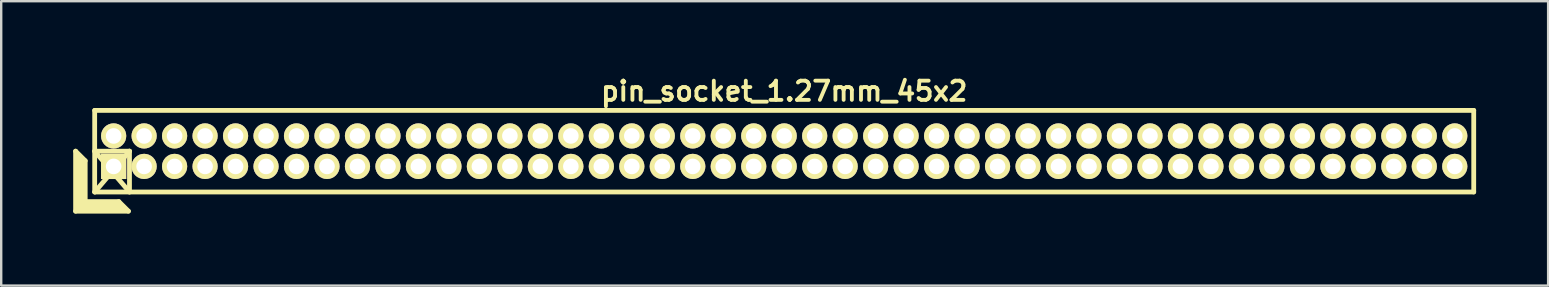
<source format=kicad_pcb>
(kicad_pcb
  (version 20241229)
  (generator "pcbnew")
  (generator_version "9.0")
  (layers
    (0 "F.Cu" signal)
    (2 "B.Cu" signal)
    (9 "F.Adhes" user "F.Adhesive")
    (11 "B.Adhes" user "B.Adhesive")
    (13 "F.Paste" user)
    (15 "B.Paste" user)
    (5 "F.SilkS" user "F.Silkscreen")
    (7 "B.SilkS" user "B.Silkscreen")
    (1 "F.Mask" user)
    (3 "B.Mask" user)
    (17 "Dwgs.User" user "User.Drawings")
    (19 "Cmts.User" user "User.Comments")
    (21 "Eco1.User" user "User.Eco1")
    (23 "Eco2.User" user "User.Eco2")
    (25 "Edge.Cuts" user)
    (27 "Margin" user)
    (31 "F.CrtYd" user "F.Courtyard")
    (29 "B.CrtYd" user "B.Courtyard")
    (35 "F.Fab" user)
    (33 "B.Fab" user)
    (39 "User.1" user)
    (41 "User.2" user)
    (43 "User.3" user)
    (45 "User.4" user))
  (footprint "pin_socket_1.27mm_45x2"
    (layer "F.Cu")
    (at 29.625 3.249)
    (property "Reference" "pin_socket_1.27mm_45x2" (at 0 -2.5 0) (layer "F.SilkS") (effects (font (size 0.8 0.8) (thickness 0.16))))
    (attr through_hole)
    (fp_line (start -29.525 0) (end -29.525 2.5) (stroke (width 0.2) (type solid)) (layer "F.SilkS"))
    (fp_line (start -29.525 0) (end -29.125 0.4) (stroke (width 0.2) (type solid)) (layer "F.SilkS"))
    (fp_line (start -29.525 2.5) (end -27.325 2.5) (stroke (width 0.2) (type solid)) (layer "F.SilkS"))
    (fp_line (start -29.425 2.4) (end -29.425 0.2) (stroke (width 0.2) (type solid)) (layer "F.SilkS"))
    (fp_line (start -29.425 2.4) (end -27.525 2.4) (stroke (width 0.2) (type solid)) (layer "F.SilkS"))
    (fp_line (start -29.325 2.3) (end -29.325 0.3) (stroke (width 0.2) (type solid)) (layer "F.SilkS"))
    (fp_line (start -29.325 2.3) (end -27.625 2.3) (stroke (width 0.2) (type solid)) (layer "F.SilkS"))
    (fp_line (start -29.225 2.2) (end -29.225 0.4) (stroke (width 0.2) (type solid)) (layer "F.SilkS"))
    (fp_line (start -29.225 2.2) (end -27.725 2.2) (stroke (width 0.2) (type solid)) (layer "F.SilkS"))
    (fp_line (start -29.125 2.1) (end -29.125 0.4) (stroke (width 0.2) (type solid)) (layer "F.SilkS"))
    (fp_line (start -29.125 2.1) (end -27.725 2.1) (stroke (width 0.2) (type solid)) (layer "F.SilkS"))
    (fp_line (start -28.73 -1.7) (end 28.73 -1.7) (stroke (width 0.2) (type solid)) (layer "F.SilkS"))
    (fp_line (start -28.73 0) (end -27.28 0) (stroke (width 0.2) (type solid)) (layer "F.SilkS"))
    (fp_line (start -28.73 0) (end -27.28 1.7) (stroke (width 0.2) (type solid)) (layer "F.SilkS"))
    (fp_line (start -28.73 1.7) (end -28.73 -1.7) (stroke (width 0.2) (type solid)) (layer "F.SilkS"))
    (fp_line (start -27.725 2.1) (end -27.325 2.5) (stroke (width 0.2) (type solid)) (layer "F.SilkS"))
    (fp_line (start -27.28 0) (end -28.725 1.7) (stroke (width 0.2) (type solid)) (layer "F.SilkS"))
    (fp_line (start -27.28 0) (end -27.28 1.7) (stroke (width 0.2) (type solid)) (layer "F.SilkS"))
    (fp_line (start 28.73 -1.7) (end 28.73 1.7) (stroke (width 0.2) (type solid)) (layer "F.SilkS"))
    (fp_line (start 28.73 1.7) (end -28.73 1.7) (stroke (width 0.2) (type solid)) (layer "F.SilkS"))
    (pad "1" thru_hole rect (at -27.94 0.635) (size 1.05 1.05) (drill 0.65) (layers "*.Cu" "*.Mask" "F.SilkS"))
    (pad "2" thru_hole oval (at -27.94 -0.635) (size 1.05 1.05) (drill 0.65) (layers "*.Cu" "*.Mask" "F.SilkS"))
    (pad "3" thru_hole oval (at -26.67 0.635) (size 1.05 1.05) (drill 0.65) (layers "*.Cu" "*.Mask" "F.SilkS"))
    (pad "4" thru_hole oval (at -26.67 -0.635) (size 1.05 1.05) (drill 0.65) (layers "*.Cu" "*.Mask" "F.SilkS"))
    (pad "5" thru_hole oval (at -25.4 0.635) (size 1.05 1.05) (drill 0.65) (layers "*.Cu" "*.Mask" "F.SilkS"))
    (pad "6" thru_hole oval (at -25.4 -0.635) (size 1.05 1.05) (drill 0.65) (layers "*.Cu" "*.Mask" "F.SilkS"))
    (pad "7" thru_hole oval (at -24.13 0.635) (size 1.05 1.05) (drill 0.65) (layers "*.Cu" "*.Mask" "F.SilkS"))
    (pad "8" thru_hole oval (at -24.13 -0.635) (size 1.05 1.05) (drill 0.65) (layers "*.Cu" "*.Mask" "F.SilkS"))
    (pad "9" thru_hole oval (at -22.86 0.635) (size 1.05 1.05) (drill 0.65) (layers "*.Cu" "*.Mask" "F.SilkS"))
    (pad "10" thru_hole oval (at -22.86 -0.635) (size 1.05 1.05) (drill 0.65) (layers "*.Cu" "*.Mask" "F.SilkS"))
    (pad "11" thru_hole oval (at -21.59 0.635) (size 1.05 1.05) (drill 0.65) (layers "*.Cu" "*.Mask" "F.SilkS"))
    (pad "12" thru_hole oval (at -21.59 -0.635) (size 1.05 1.05) (drill 0.65) (layers "*.Cu" "*.Mask" "F.SilkS"))
    (pad "13" thru_hole oval (at -20.32 0.635) (size 1.05 1.05) (drill 0.65) (layers "*.Cu" "*.Mask" "F.SilkS"))
    (pad "14" thru_hole oval (at -20.32 -0.635) (size 1.05 1.05) (drill 0.65) (layers "*.Cu" "*.Mask" "F.SilkS"))
    (pad "15" thru_hole oval (at -19.05 0.635) (size 1.05 1.05) (drill 0.65) (layers "*.Cu" "*.Mask" "F.SilkS"))
    (pad "16" thru_hole oval (at -19.05 -0.635) (size 1.05 1.05) (drill 0.65) (layers "*.Cu" "*.Mask" "F.SilkS"))
    (pad "17" thru_hole oval (at -17.78 0.635) (size 1.05 1.05) (drill 0.65) (layers "*.Cu" "*.Mask" "F.SilkS"))
    (pad "18" thru_hole oval (at -17.78 -0.635) (size 1.05 1.05) (drill 0.65) (layers "*.Cu" "*.Mask" "F.SilkS"))
    (pad "19" thru_hole oval (at -16.51 0.635) (size 1.05 1.05) (drill 0.65) (layers "*.Cu" "*.Mask" "F.SilkS"))
    (pad "20" thru_hole oval (at -16.51 -0.635) (size 1.05 1.05) (drill 0.65) (layers "*.Cu" "*.Mask" "F.SilkS"))
    (pad "21" thru_hole oval (at -15.24 0.635) (size 1.05 1.05) (drill 0.65) (layers "*.Cu" "*.Mask" "F.SilkS"))
    (pad "22" thru_hole oval (at -15.24 -0.635) (size 1.05 1.05) (drill 0.65) (layers "*.Cu" "*.Mask" "F.SilkS"))
    (pad "23" thru_hole oval (at -13.97 0.635) (size 1.05 1.05) (drill 0.65) (layers "*.Cu" "*.Mask" "F.SilkS"))
    (pad "24" thru_hole oval (at -13.97 -0.635) (size 1.05 1.05) (drill 0.65) (layers "*.Cu" "*.Mask" "F.SilkS"))
    (pad "25" thru_hole oval (at -12.7 0.635) (size 1.05 1.05) (drill 0.65) (layers "*.Cu" "*.Mask" "F.SilkS"))
    (pad "26" thru_hole oval (at -12.7 -0.635) (size 1.05 1.05) (drill 0.65) (layers "*.Cu" "*.Mask" "F.SilkS"))
    (pad "27" thru_hole oval (at -11.43 0.635) (size 1.05 1.05) (drill 0.65) (layers "*.Cu" "*.Mask" "F.SilkS"))
    (pad "28" thru_hole oval (at -11.43 -0.635) (size 1.05 1.05) (drill 0.65) (layers "*.Cu" "*.Mask" "F.SilkS"))
    (pad "29" thru_hole oval (at -10.16 0.635) (size 1.05 1.05) (drill 0.65) (layers "*.Cu" "*.Mask" "F.SilkS"))
    (pad "30" thru_hole oval (at -10.16 -0.635) (size 1.05 1.05) (drill 0.65) (layers "*.Cu" "*.Mask" "F.SilkS"))
    (pad "31" thru_hole oval (at -8.89 0.635) (size 1.05 1.05) (drill 0.65) (layers "*.Cu" "*.Mask" "F.SilkS"))
    (pad "32" thru_hole oval (at -8.89 -0.635) (size 1.05 1.05) (drill 0.65) (layers "*.Cu" "*.Mask" "F.SilkS"))
    (pad "33" thru_hole oval (at -7.62 0.635) (size 1.05 1.05) (drill 0.65) (layers "*.Cu" "*.Mask" "F.SilkS"))
    (pad "34" thru_hole oval (at -7.62 -0.635) (size 1.05 1.05) (drill 0.65) (layers "*.Cu" "*.Mask" "F.SilkS"))
    (pad "35" thru_hole oval (at -6.35 0.635) (size 1.05 1.05) (drill 0.65) (layers "*.Cu" "*.Mask" "F.SilkS"))
    (pad "36" thru_hole oval (at -6.35 -0.635) (size 1.05 1.05) (drill 0.65) (layers "*.Cu" "*.Mask" "F.SilkS"))
    (pad "37" thru_hole oval (at -5.08 0.635) (size 1.05 1.05) (drill 0.65) (layers "*.Cu" "*.Mask" "F.SilkS"))
    (pad "38" thru_hole oval (at -5.08 -0.635) (size 1.05 1.05) (drill 0.65) (layers "*.Cu" "*.Mask" "F.SilkS"))
    (pad "39" thru_hole oval (at -3.81 0.635) (size 1.05 1.05) (drill 0.65) (layers "*.Cu" "*.Mask" "F.SilkS"))
    (pad "40" thru_hole oval (at -3.81 -0.635) (size 1.05 1.05) (drill 0.65) (layers "*.Cu" "*.Mask" "F.SilkS"))
    (pad "41" thru_hole oval (at -2.54 0.635) (size 1.05 1.05) (drill 0.65) (layers "*.Cu" "*.Mask" "F.SilkS"))
    (pad "42" thru_hole oval (at -2.54 -0.635) (size 1.05 1.05) (drill 0.65) (layers "*.Cu" "*.Mask" "F.SilkS"))
    (pad "43" thru_hole oval (at -1.27 0.635) (size 1.05 1.05) (drill 0.65) (layers "*.Cu" "*.Mask" "F.SilkS"))
    (pad "44" thru_hole oval (at -1.27 -0.635) (size 1.05 1.05) (drill 0.65) (layers "*.Cu" "*.Mask" "F.SilkS"))
    (pad "45" thru_hole oval (at 0 0.635) (size 1.05 1.05) (drill 0.65) (layers "*.Cu" "*.Mask" "F.SilkS"))
    (pad "46" thru_hole oval (at 0 -0.635) (size 1.05 1.05) (drill 0.65) (layers "*.Cu" "*.Mask" "F.SilkS"))
    (pad "47" thru_hole oval (at 1.27 0.635) (size 1.05 1.05) (drill 0.65) (layers "*.Cu" "*.Mask" "F.SilkS"))
    (pad "48" thru_hole oval (at 1.27 -0.635) (size 1.05 1.05) (drill 0.65) (layers "*.Cu" "*.Mask" "F.SilkS"))
    (pad "49" thru_hole oval (at 2.54 0.635) (size 1.05 1.05) (drill 0.65) (layers "*.Cu" "*.Mask" "F.SilkS"))
    (pad "50" thru_hole oval (at 2.54 -0.635) (size 1.05 1.05) (drill 0.65) (layers "*.Cu" "*.Mask" "F.SilkS"))
    (pad "51" thru_hole circle (at 3.81 0.635) (size 1.05 1.05) (drill 0.65) (layers "*.Cu" "*.Mask" "F.SilkS"))
    (pad "52" thru_hole oval (at 3.81 -0.635) (size 1.05 1.05) (drill 0.65) (layers "*.Cu" "*.Mask" "F.SilkS"))
    (pad "53" thru_hole oval (at 5.08 0.635) (size 1.05 1.05) (drill 0.65) (layers "*.Cu" "*.Mask" "F.SilkS"))
    (pad "54" thru_hole oval (at 5.08 -0.635) (size 1.05 1.05) (drill 0.65) (layers "*.Cu" "*.Mask" "F.SilkS"))
    (pad "55" thru_hole oval (at 6.35 0.635) (size 1.05 1.05) (drill 0.65) (layers "*.Cu" "*.Mask" "F.SilkS"))
    (pad "56" thru_hole oval (at 6.35 -0.635) (size 1.05 1.05) (drill 0.65) (layers "*.Cu" "*.Mask" "F.SilkS"))
    (pad "57" thru_hole oval (at 7.62 0.635) (size 1.05 1.05) (drill 0.65) (layers "*.Cu" "*.Mask" "F.SilkS"))
    (pad "58" thru_hole oval (at 7.62 -0.635) (size 1.05 1.05) (drill 0.65) (layers "*.Cu" "*.Mask" "F.SilkS"))
    (pad "59" thru_hole oval (at 8.89 0.635) (size 1.05 1.05) (drill 0.65) (layers "*.Cu" "*.Mask" "F.SilkS"))
    (pad "60" thru_hole oval (at 8.89 -0.635) (size 1.05 1.05) (drill 0.65) (layers "*.Cu" "*.Mask" "F.SilkS"))
    (pad "61" thru_hole oval (at 10.16 0.635) (size 1.05 1.05) (drill 0.65) (layers "*.Cu" "*.Mask" "F.SilkS"))
    (pad "62" thru_hole oval (at 10.16 -0.635) (size 1.05 1.05) (drill 0.65) (layers "*.Cu" "*.Mask" "F.SilkS"))
    (pad "63" thru_hole oval (at 11.43 0.635) (size 1.05 1.05) (drill 0.65) (layers "*.Cu" "*.Mask" "F.SilkS"))
    (pad "64" thru_hole oval (at 11.43 -0.635) (size 1.05 1.05) (drill 0.65) (layers "*.Cu" "*.Mask" "F.SilkS"))
    (pad "65" thru_hole oval (at 12.7 0.635) (size 1.05 1.05) (drill 0.65) (layers "*.Cu" "*.Mask" "F.SilkS"))
    (pad "66" thru_hole oval (at 12.7 -0.635) (size 1.05 1.05) (drill 0.65) (layers "*.Cu" "*.Mask" "F.SilkS"))
    (pad "67" thru_hole oval (at 13.97 0.635) (size 1.05 1.05) (drill 0.65) (layers "*.Cu" "*.Mask" "F.SilkS"))
    (pad "68" thru_hole oval (at 13.97 -0.635) (size 1.05 1.05) (drill 0.65) (layers "*.Cu" "*.Mask" "F.SilkS"))
    (pad "69" thru_hole oval (at 15.24 0.635) (size 1.05 1.05) (drill 0.65) (layers "*.Cu" "*.Mask" "F.SilkS"))
    (pad "70" thru_hole oval (at 15.24 -0.635) (size 1.05 1.05) (drill 0.65) (layers "*.Cu" "*.Mask" "F.SilkS"))
    (pad "71" thru_hole oval (at 16.51 0.635) (size 1.05 1.05) (drill 0.65) (layers "*.Cu" "*.Mask" "F.SilkS"))
    (pad "72" thru_hole oval (at 16.51 -0.635) (size 1.05 1.05) (drill 0.65) (layers "*.Cu" "*.Mask" "F.SilkS"))
    (pad "73" thru_hole oval (at 17.78 0.635) (size 1.05 1.05) (drill 0.65) (layers "*.Cu" "*.Mask" "F.SilkS"))
    (pad "74" thru_hole oval (at 17.78 -0.635) (size 1.05 1.05) (drill 0.65) (layers "*.Cu" "*.Mask" "F.SilkS"))
    (pad "75" thru_hole oval (at 19.05 0.635) (size 1.05 1.05) (drill 0.65) (layers "*.Cu" "*.Mask" "F.SilkS"))
    (pad "76" thru_hole oval (at 19.05 -0.635) (size 1.05 1.05) (drill 0.65) (layers "*.Cu" "*.Mask" "F.SilkS"))
    (pad "77" thru_hole oval (at 20.32 0.635) (size 1.05 1.05) (drill 0.65) (layers "*.Cu" "*.Mask" "F.SilkS"))
    (pad "78" thru_hole oval (at 20.32 -0.635) (size 1.05 1.05) (drill 0.65) (layers "*.Cu" "*.Mask" "F.SilkS"))
    (pad "79" thru_hole oval (at 21.59 0.635) (size 1.05 1.05) (drill 0.65) (layers "*.Cu" "*.Mask" "F.SilkS"))
    (pad "80" thru_hole oval (at 21.59 -0.635) (size 1.05 1.05) (drill 0.65) (layers "*.Cu" "*.Mask" "F.SilkS"))
    (pad "81" thru_hole oval (at 22.86 0.635) (size 1.05 1.05) (drill 0.65) (layers "*.Cu" "*.Mask" "F.SilkS"))
    (pad "82" thru_hole oval (at 22.86 -0.635) (size 1.05 1.05) (drill 0.65) (layers "*.Cu" "*.Mask" "F.SilkS"))
    (pad "83" thru_hole oval (at 24.13 0.635) (size 1.05 1.05) (drill 0.65) (layers "*.Cu" "*.Mask" "F.SilkS"))
    (pad "84" thru_hole oval (at 24.13 -0.635) (size 1.05 1.05) (drill 0.65) (layers "*.Cu" "*.Mask" "F.SilkS"))
    (pad "85" thru_hole oval (at 25.4 0.635) (size 1.05 1.05) (drill 0.65) (layers "*.Cu" "*.Mask" "F.SilkS"))
    (pad "86" thru_hole oval (at 25.4 -0.635) (size 1.05 1.05) (drill 0.65) (layers "*.Cu" "*.Mask" "F.SilkS"))
    (pad "87" thru_hole oval (at 26.67 0.635) (size 1.05 1.05) (drill 0.65) (layers "*.Cu" "*.Mask" "F.SilkS"))
    (pad "88" thru_hole oval (at 26.67 -0.635) (size 1.05 1.05) (drill 0.65) (layers "*.Cu" "*.Mask" "F.SilkS"))
    (pad "89" thru_hole oval (at 27.94 0.635) (size 1.05 1.05) (drill 0.65) (layers "*.Cu" "*.Mask" "F.SilkS"))
    (pad "90" thru_hole oval (at 27.94 -0.635) (size 1.05 1.05) (drill 0.65) (layers "*.Cu" "*.Mask" "F.SilkS")))
  (gr_rect
    (start -3 -3)
    (end 61.455 8.849)
    (stroke (width 0.1) (type default))
    (fill no)
    (layer "Edge.Cuts")))
</source>
